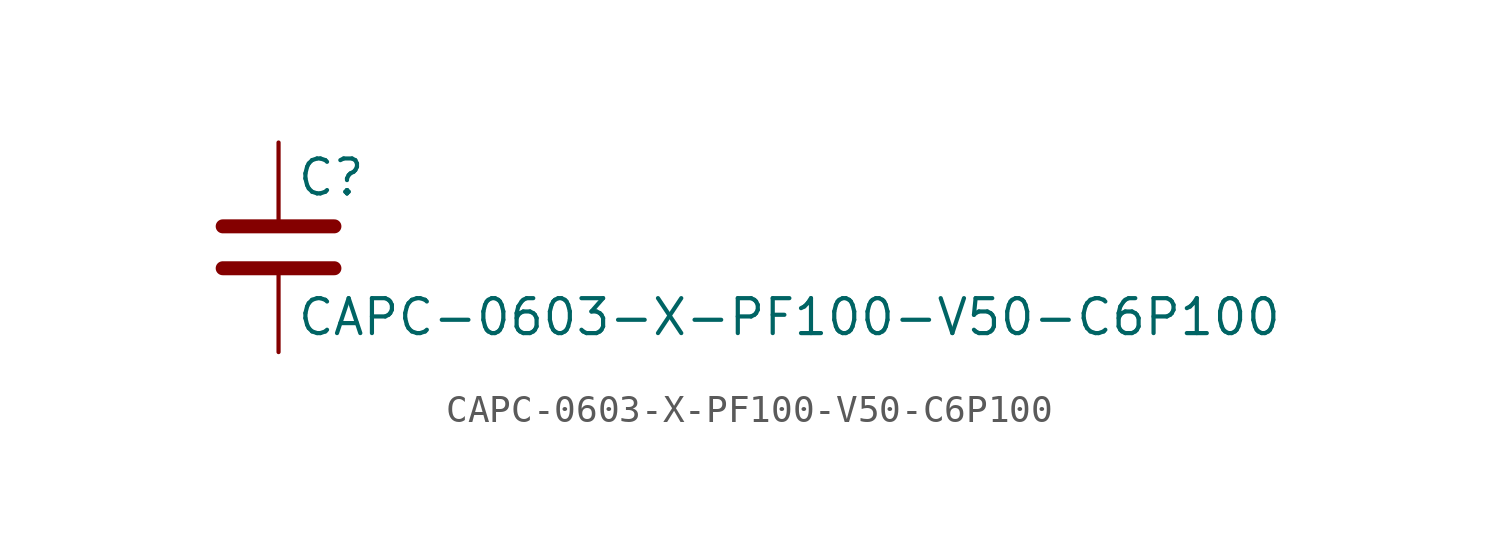
<source format=kicad_sym>
(kicad_symbol_lib
  (version 20211014)
  (generator kicad_symbol_editor)
  (symbol "CAPC-0603-X-PF100-V50-C6P100"
    (pin_numbers hide)
    (pin_names
      (offset 0.254))
    (property "Reference" "C"
      (at 0.635 2.54 0)
      (effects (font (size 1.27 1.27)) (justify left)))
    (property "Value" "CAPC-0603-X-PF100-V50-C6P100"
      (at 0.635 -2.54 0)
      (effects (font (size 1.27 1.27)) (justify left)))
    (symbol "CAPC-0603-X-PF100-V50-C6P100_0_1"
      (polyline (pts (xy -2.032 -0.762) (xy 2.032 -0.762)) (stroke (width 0.508) (type default) (color 0 0 0 0)) (fill (type none)))
      (polyline (pts (xy -2.032 0.762) (xy 2.032 0.762)) (stroke (width 0.508) (type default) (color 0 0 0 0)) (fill (type none))))
    (symbol "CAPC-0603-X-PF100-V50-C6P100_1_1"
      (pin passive line (at 0 3.81 270) (length 2.794) (name "~" (effects (font (size 1.27 1.27)))) (number "1" (effects (font (size 1.27 1.27)))))
      (pin passive line (at 0 -3.81 90) (length 2.794) (name "~" (effects (font (size 1.27 1.27)))) (number "2" (effects (font (size 1.27 1.27))))))))
</source>
